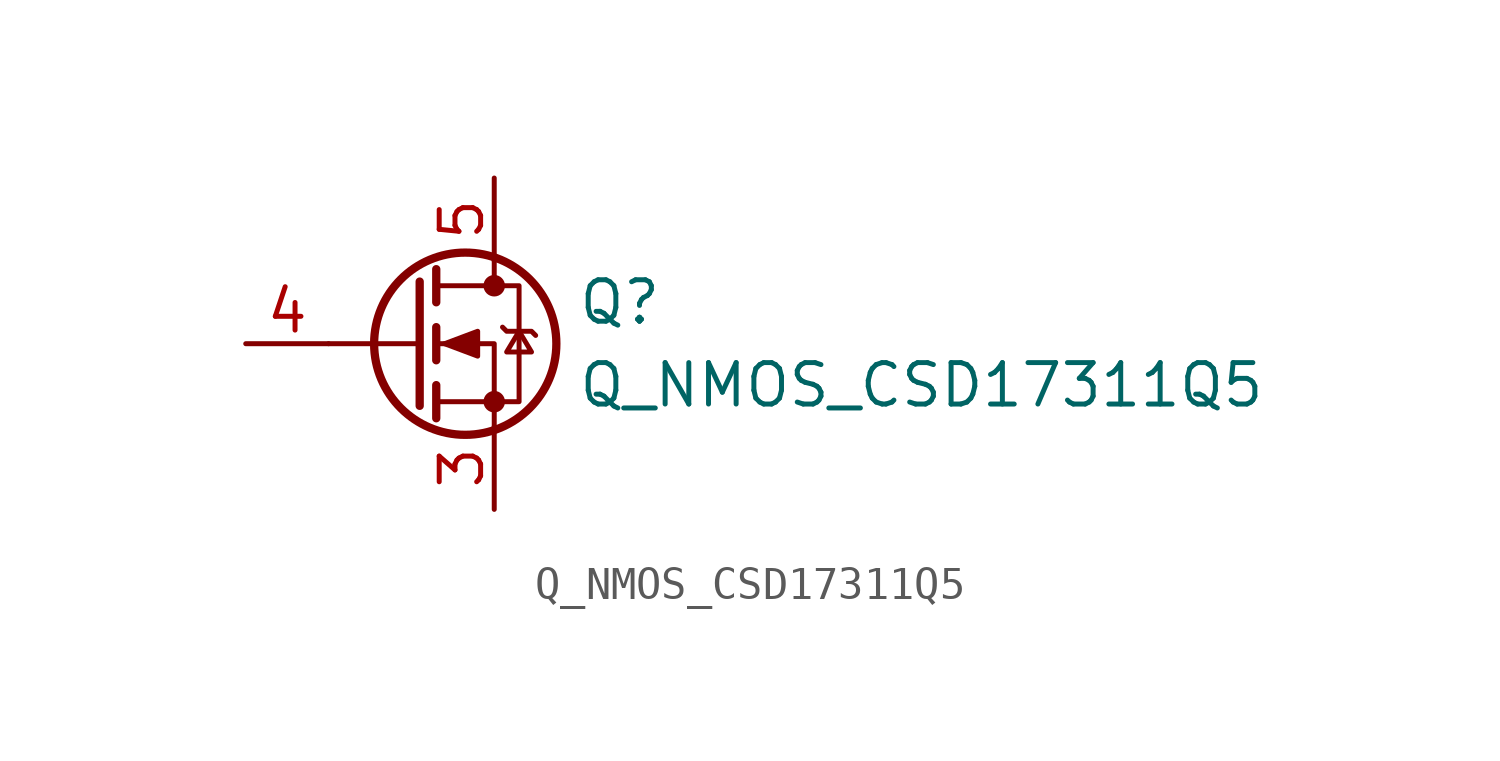
<source format=kicad_sym>
(kicad_symbol_lib
  (version 20211014)
  (generator kicad_symbol_editor)
  (symbol "Q_NMOS_CSD17311Q5"
    (pin_names
      (offset 0) hide)
    (property "Reference" "Q"
      (at 5.08 1.27 0)
      (effects (font (size 1.27 1.27)) (justify left)))
    (property "Value" "Q_NMOS_CSD17311Q5"
      (at 5.08 -1.27 0)
      (effects (font (size 1.27 1.27)) (justify left)))
    (symbol "Q_NMOS_CSD17311Q5_0_1"
      (polyline (pts (xy 0.254 0) (xy -2.54 0)) (stroke (width 0) (type default) (color 0 0 0 0)) (fill (type none)))
      (polyline (pts (xy 0.254 1.905) (xy 0.254 -1.905)) (stroke (width 0.254) (type default) (color 0 0 0 0)) (fill (type none)))
      (polyline (pts (xy 0.762 -1.27) (xy 0.762 -2.286)) (stroke (width 0.254) (type default) (color 0 0 0 0)) (fill (type none)))
      (polyline (pts (xy 0.762 0.508) (xy 0.762 -0.508)) (stroke (width 0.254) (type default) (color 0 0 0 0)) (fill (type none)))
      (polyline (pts (xy 0.762 2.286) (xy 0.762 1.27)) (stroke (width 0.254) (type default) (color 0 0 0 0)) (fill (type none)))
      (polyline (pts (xy 2.54 2.54) (xy 2.54 1.778)) (stroke (width 0) (type default) (color 0 0 0 0)) (fill (type none)))
      (polyline (pts (xy 2.54 -2.54) (xy 2.54 0) (xy 0.762 0)) (stroke (width 0) (type default) (color 0 0 0 0)) (fill (type none)))
      (polyline (pts (xy 0.762 -1.778) (xy 3.302 -1.778) (xy 3.302 1.778) (xy 0.762 1.778)) (stroke (width 0) (type default) (color 0 0 0 0)) (fill (type none)))
      (polyline (pts (xy 1.016 0) (xy 2.032 0.381) (xy 2.032 -0.381) (xy 1.016 0)) (stroke (width 0) (type default) (color 0 0 0 0)) (fill (type outline)))
      (polyline (pts (xy 2.794 0.508) (xy 2.921 0.381) (xy 3.683 0.381) (xy 3.81 0.254)) (stroke (width 0) (type default) (color 0 0 0 0)) (fill (type none)))
      (polyline (pts (xy 3.302 0.381) (xy 2.921 -0.254) (xy 3.683 -0.254) (xy 3.302 0.381)) (stroke (width 0) (type default) (color 0 0 0 0)) (fill (type none)))
      (circle (center 1.651 0) (radius 2.794) (stroke (width 0.254) (type default) (color 0 0 0 0)) (fill (type none)))
      (circle (center 2.54 -1.778) (radius 0.254) (stroke (width 0) (type default) (color 0 0 0 0)) (fill (type outline)))
      (circle (center 2.54 1.778) (radius 0.254) (stroke (width 0) (type default) (color 0 0 0 0)) (fill (type outline))))
    (symbol "Q_NMOS_CSD17311Q5_1_1"
      (pin passive line (at 2.54 -5.08 90) (length 2.54) hide (name "" (effects (font (size 1.27 1.27)))) (number "1" (effects (font (size 1.27 1.27)))))
      (pin passive line (at 2.54 -5.08 90) (length 2.54) hide (name "" (effects (font (size 1.27 1.27)))) (number "2" (effects (font (size 1.27 1.27)))))
      (pin passive line (at 2.54 -5.08 90) (length 2.54) (name "S" (effects (font (size 1.27 1.27)))) (number "3" (effects (font (size 1.27 1.27)))))
      (pin input line (at -5.08 0 0) (length 2.54) (name "G" (effects (font (size 1.27 1.27)))) (number "4" (effects (font (size 1.27 1.27)))))
      (pin passive line (at 2.54 5.08 270) (length 2.54) (name "D" (effects (font (size 1.27 1.27)))) (number "5" (effects (font (size 1.27 1.27)))))
      (pin passive line (at 2.54 5.08 270) (length 2.54) hide (name "" (effects (font (size 1.27 1.27)))) (number "6" (effects (font (size 1.27 1.27)))))
      (pin passive line (at 2.54 5.08 270) (length 2.54) hide (name "" (effects (font (size 1.27 1.27)))) (number "7" (effects (font (size 1.27 1.27)))))
      (pin passive line (at 2.54 5.08 270) (length 2.54) hide (name "" (effects (font (size 1.27 1.27)))) (number "8" (effects (font (size 1.27 1.27))))))))
</source>
